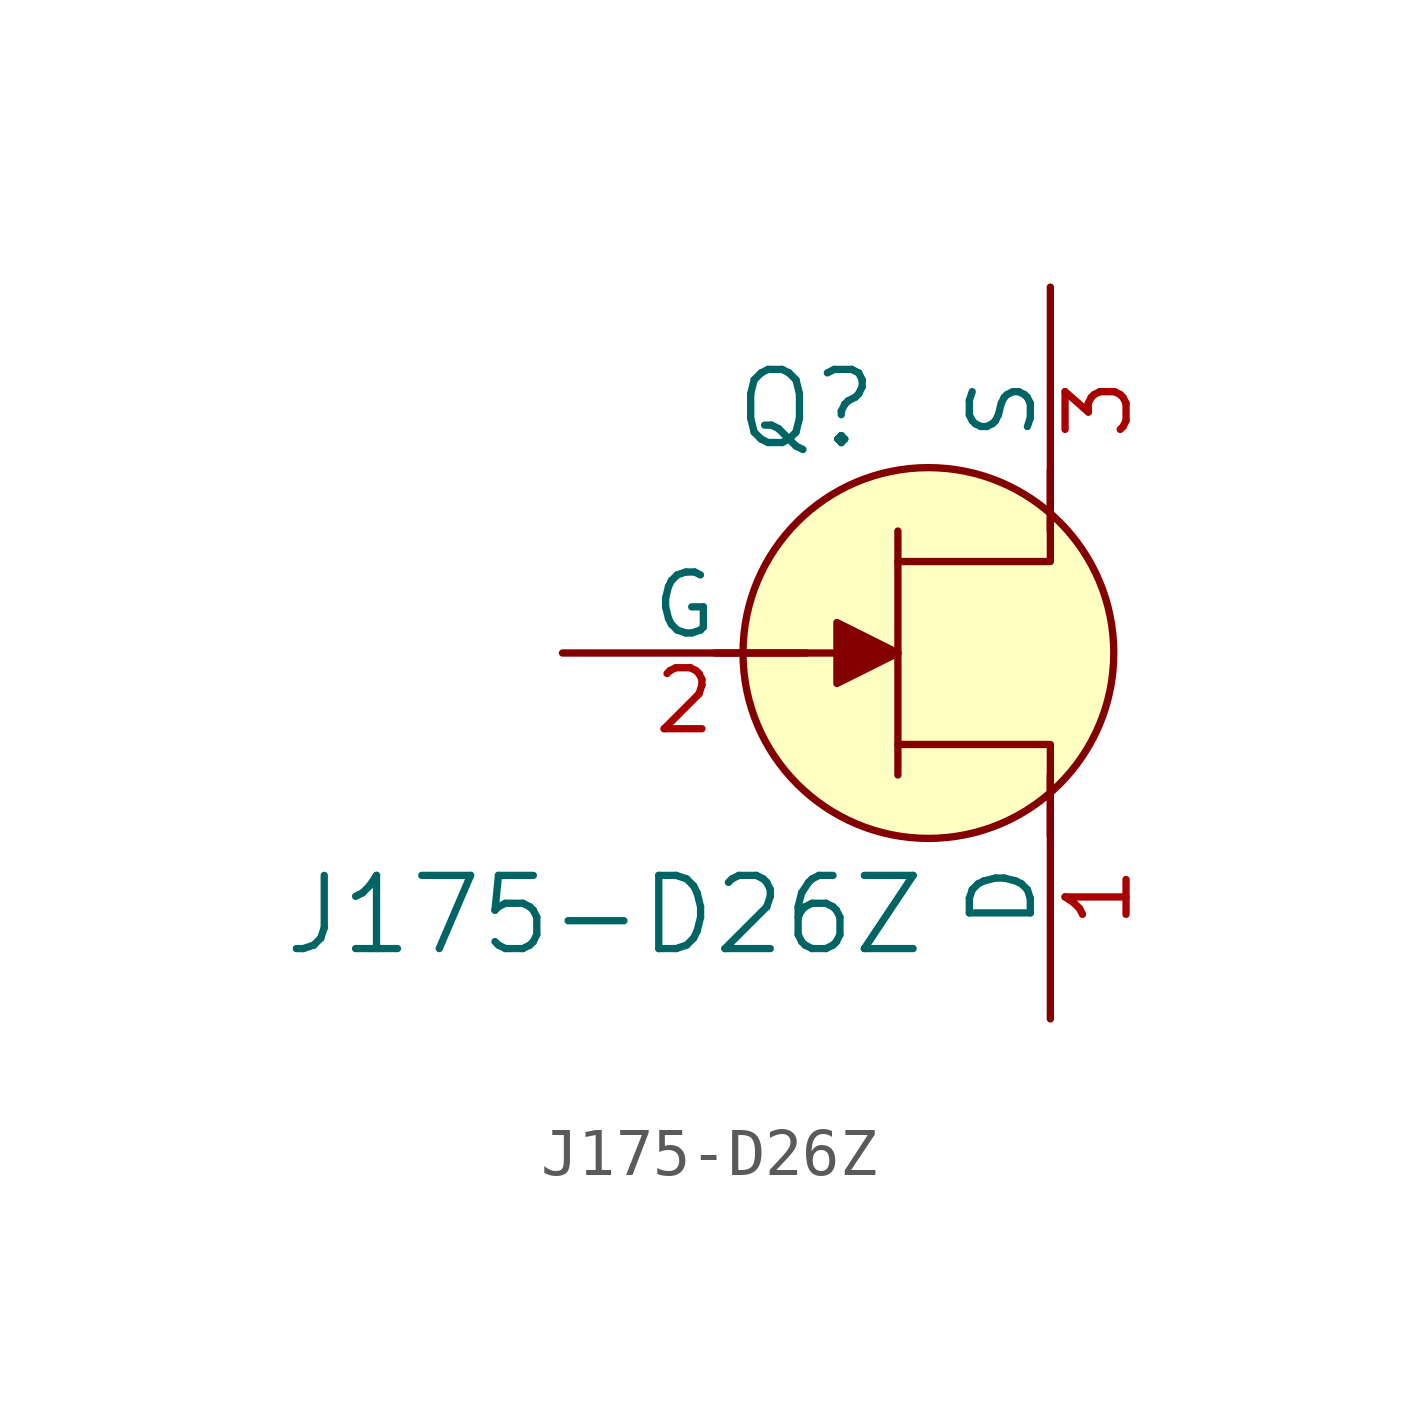
<source format=kicad_sym>
(kicad_symbol_lib
  (version 20211014)
  (generator kicad_symbol_editor)
  (symbol "J175-D26Z"
    (pin_names
      (offset 0))
    (property "Reference" "Q"
      (at -2.54 5.08 0)
      (effects (font (size 1.524 1.524))))
    (property "Value" "J175-D26Z"
      (at 0 -6.35 0)
      (effects (font (size 1.524 1.524)) (justify right bottom)))
    (symbol "J175-D26Z_0_1"
      (polyline (pts (xy -0.635 -2.54) (xy -0.635 2.54)) (stroke (width 0) (type default) (color 0 0 0 0)) (fill (type none)))
      (polyline (pts (xy -0.635 0) (xy -4.445 0)) (stroke (width 0) (type default) (color 0 0 0 0)) (fill (type none)))
      (polyline (pts (xy -0.635 -1.905) (xy 2.54 -1.905) (xy 2.54 -3.81)) (stroke (width 0) (type default) (color 0 0 0 0)) (fill (type none)))
      (polyline (pts (xy -0.635 1.905) (xy 2.54 1.905) (xy 2.54 3.81)) (stroke (width 0) (type default) (color 0 0 0 0)) (fill (type none))))
    (symbol "J175-D26Z_1_1"
      (polyline (pts (xy -1.905 0.635) (xy -1.905 -0.635) (xy -0.635 0) (xy -1.905 0.635)) (stroke (width 0) (type default) (color 0 0 0 0)) (fill (type outline)))
      (circle (center 0 0) (radius 3.861) (stroke (width 0) (type default) (color 0 0 0 0)) (fill (type background)))
      (pin bidirectional line (at 2.54 -7.62 90) (length 5.08) (name "D" (effects (font (size 1.27 1.27)))) (number "1" (effects (font (size 1.27 1.27)))))
      (pin input line (at -7.62 0 0) (length 5.08) (name "G" (effects (font (size 1.27 1.27)))) (number "2" (effects (font (size 1.27 1.27)))))
      (pin bidirectional line (at 2.54 7.62 270) (length 5.08) (name "S" (effects (font (size 1.27 1.27)))) (number "3" (effects (font (size 1.27 1.27))))))))
</source>
